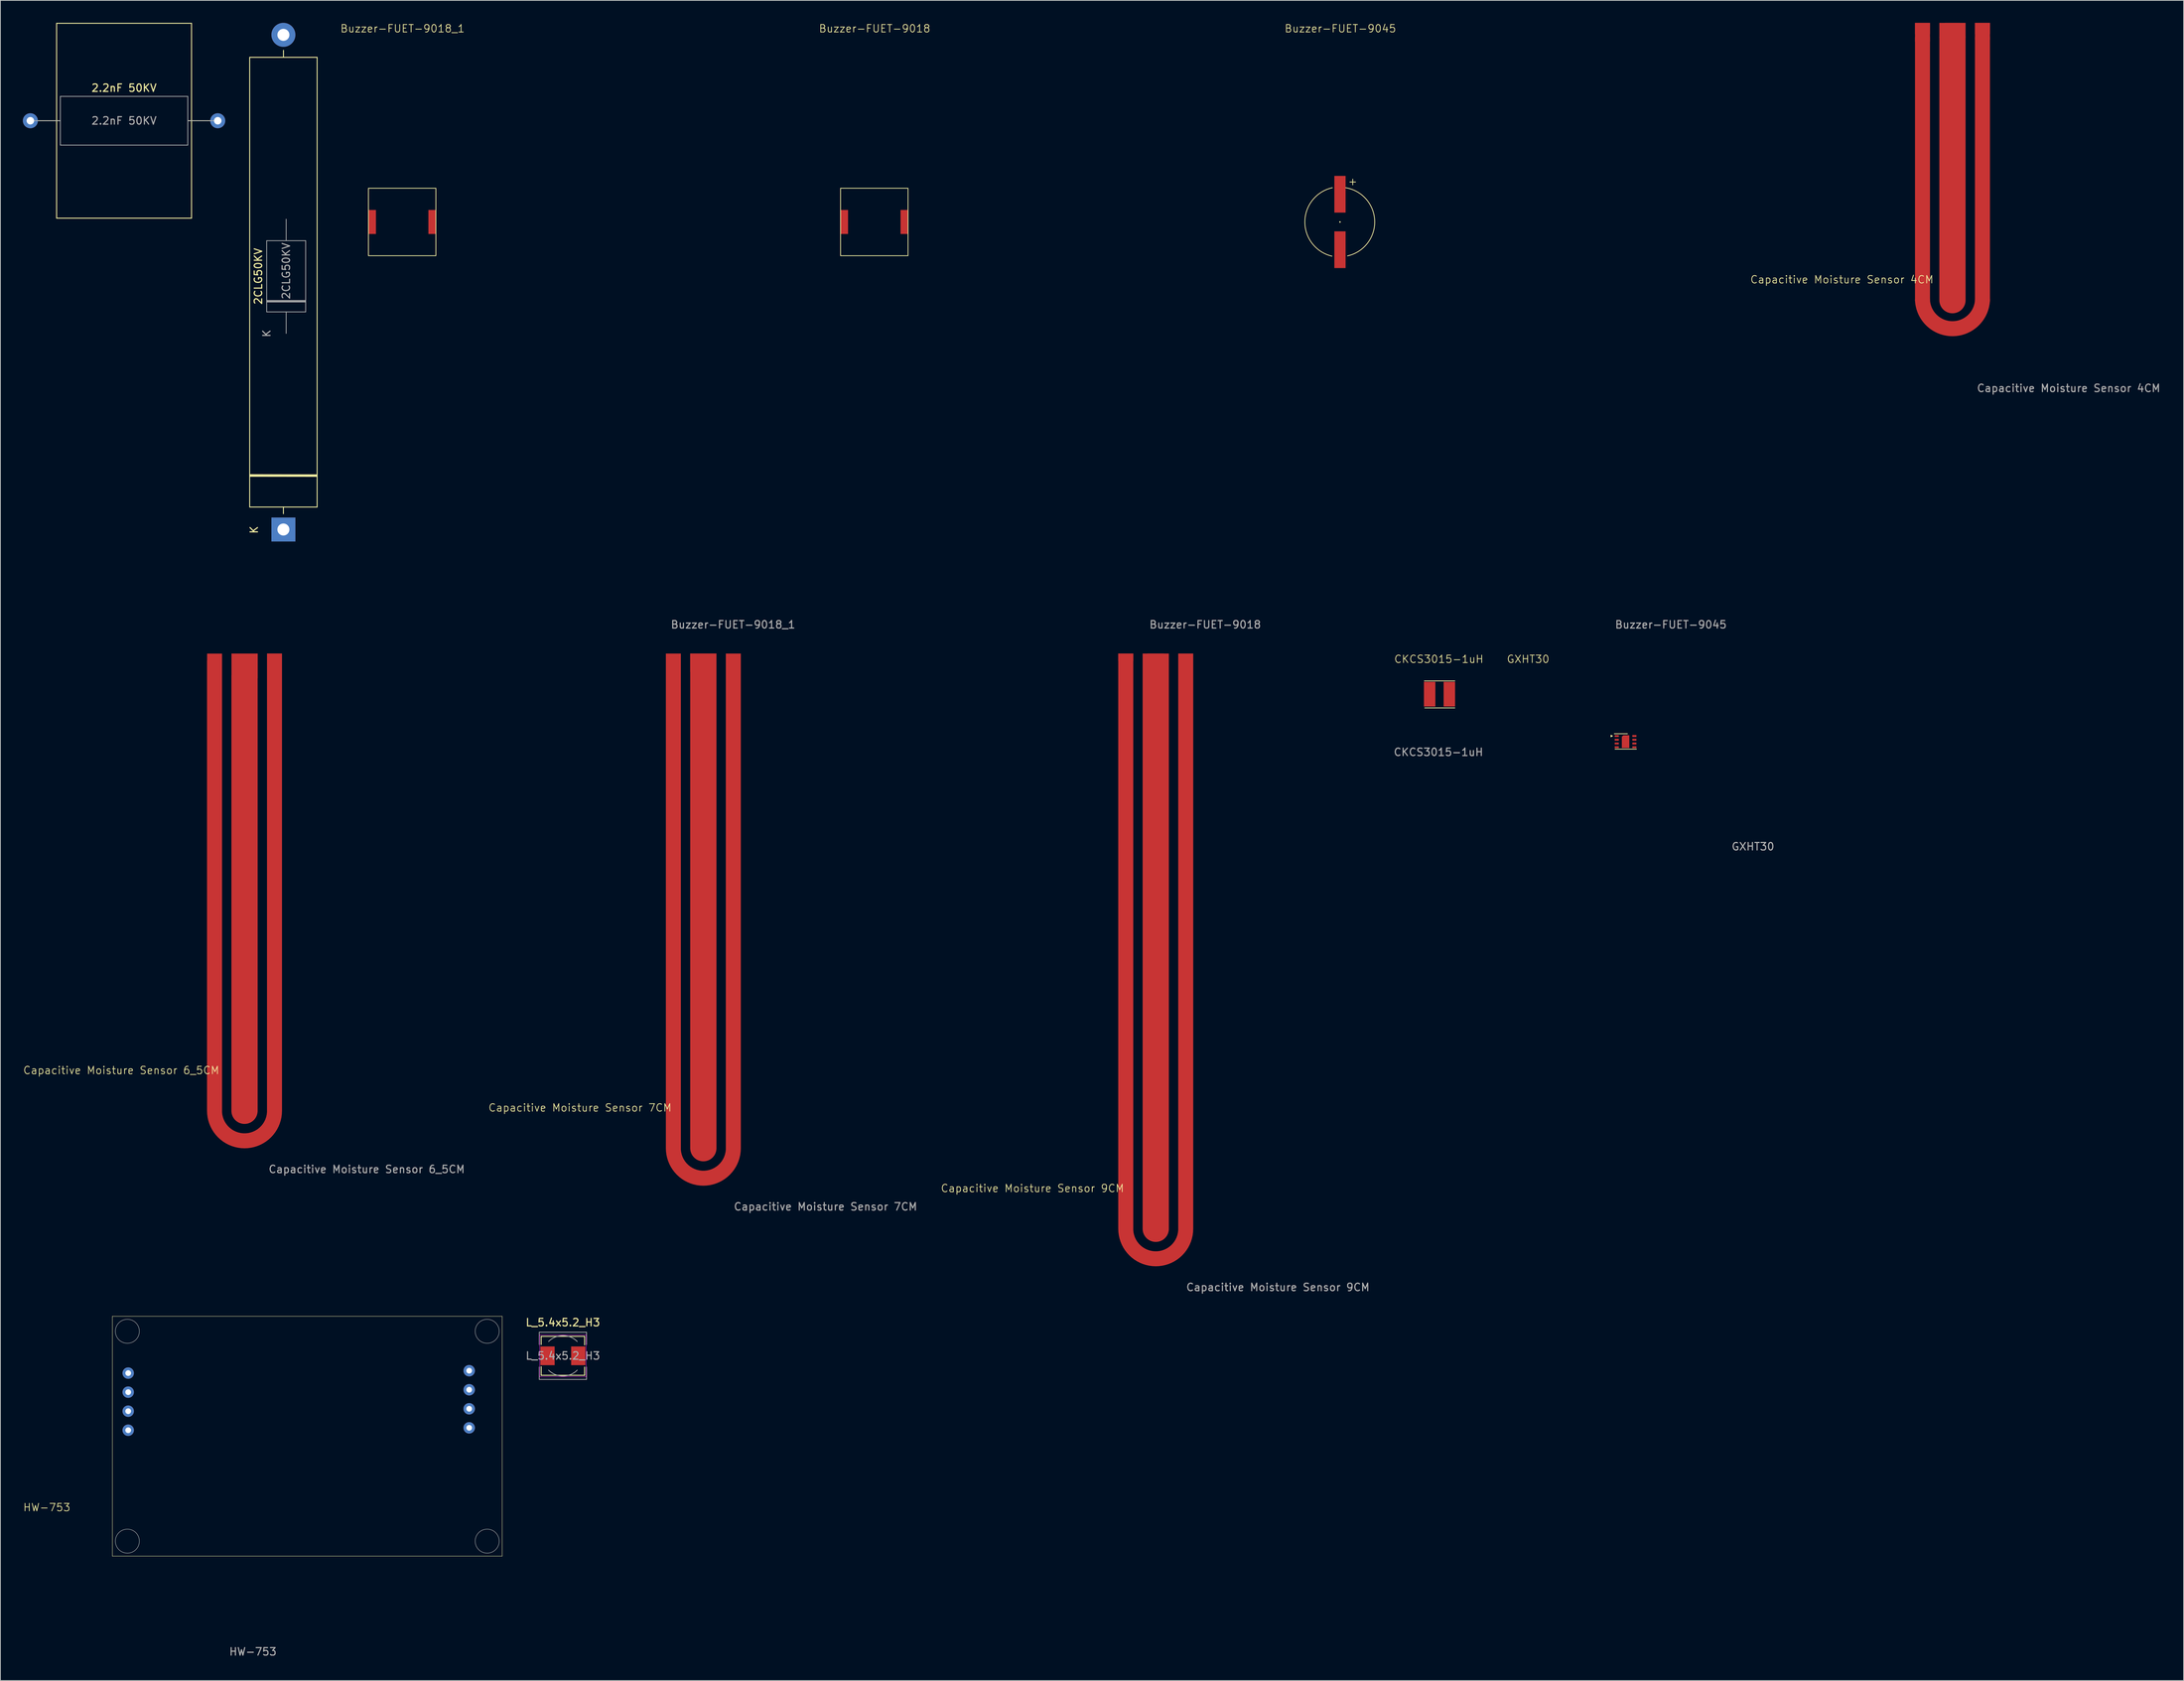
<source format=kicad_pcb>
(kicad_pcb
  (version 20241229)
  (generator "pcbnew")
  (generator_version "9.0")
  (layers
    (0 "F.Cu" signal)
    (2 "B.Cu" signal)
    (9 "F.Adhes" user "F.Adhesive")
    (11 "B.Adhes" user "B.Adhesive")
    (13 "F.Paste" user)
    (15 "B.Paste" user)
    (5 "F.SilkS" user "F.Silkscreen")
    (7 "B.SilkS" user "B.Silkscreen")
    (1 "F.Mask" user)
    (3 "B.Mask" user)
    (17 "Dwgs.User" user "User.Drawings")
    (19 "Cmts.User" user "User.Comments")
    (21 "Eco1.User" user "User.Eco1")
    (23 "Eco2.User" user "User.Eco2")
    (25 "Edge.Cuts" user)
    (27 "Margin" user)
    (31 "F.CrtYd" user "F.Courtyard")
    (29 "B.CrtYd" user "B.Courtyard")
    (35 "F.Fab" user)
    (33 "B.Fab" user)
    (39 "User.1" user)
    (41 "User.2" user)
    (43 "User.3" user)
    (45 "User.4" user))
  (footprint "2CLG50KV"
    (layer "F.Cu")
    (at 34.758 34.6)
    (property "Reference" "2CLG50KV" (at -3.35 -0.785 90) (layer "F.SilkS") (effects (font (size 1 1) (thickness 0.15))))
    (attr through_hole)
    (fp_line (start -4.5 -30) (end -4.5 30) (stroke (width 0.12) (type solid)) (layer "F.SilkS"))
    (fp_line (start -4.5 25.79) (end 4.48 25.8) (stroke (width 0.12) (type solid)) (layer "F.SilkS"))
    (fp_line (start -4.5 30) (end 4.5 30) (stroke (width 0.12) (type solid)) (layer "F.SilkS"))
    (fp_line (start -4.49 25.9) (end 4.5 25.91) (stroke (width 0.12) (type solid)) (layer "F.SilkS"))
    (fp_line (start -4.48 25.68) (end 4.47 25.7) (stroke (width 0.12) (type solid)) (layer "F.SilkS"))
    (fp_line (start 0 30.895) (end 0 29.985) (stroke (width 0.12) (type solid)) (layer "F.SilkS"))
    (fp_line (start 0.01 -30.935) (end 0.01 -30.025) (stroke (width 0.12) (type solid)) (layer "F.SilkS"))
    (fp_line (start 4.5 -30) (end -4.5 -30) (stroke (width 0.12) (type solid)) (layer "F.SilkS"))
    (fp_line (start 4.5 30) (end 4.5 -30) (stroke (width 0.12) (type solid)) (layer "F.SilkS"))
    (fp_line (start -2.23 -5.535) (end -2.23 3.965) (stroke (width 0.1) (type solid)) (layer "F.Fab"))
    (fp_line (start -2.23 2.44) (end 2.97 2.44) (stroke (width 0.1) (type solid)) (layer "F.Fab"))
    (fp_line (start -2.23 2.54) (end 2.97 2.54) (stroke (width 0.1) (type solid)) (layer "F.Fab"))
    (fp_line (start -2.23 2.64) (end 2.97 2.64) (stroke (width 0.1) (type solid)) (layer "F.Fab"))
    (fp_line (start -2.23 3.965) (end 2.97 3.965) (stroke (width 0.1) (type solid)) (layer "F.Fab"))
    (fp_line (start 0.37 -8.405) (end 0.37 -5.535) (stroke (width 0.1) (type solid)) (layer "F.Fab"))
    (fp_line (start 0.37 6.835) (end 0.37 3.965) (stroke (width 0.1) (type solid)) (layer "F.Fab"))
    (fp_line (start 2.97 -5.535) (end -2.23 -5.535) (stroke (width 0.1) (type solid)) (layer "F.Fab"))
    (fp_line (start 2.97 3.965) (end 2.97 -5.535) (stroke (width 0.1) (type solid)) (layer "F.Fab"))
    (fp_text user "K" (at -3.91 33.05 90) (layer "F.SilkS") (effects (font (size 1 1) (thickness 0.15))))
    (fp_text user "${REFERENCE}" (at 0.37 -1.498 90) (layer "F.Fab") (effects (font (size 1 1) (thickness 0.15))))
    (fp_text user "K" (at -2.23 6.835 90) (layer "F.Fab") (effects (font (size 1 1) (thickness 0.15))))
    (pad "1" thru_hole rect (at 0 33 90) (size 3.2 3.2) (drill 1.6) (layers "*.Cu" "*.Mask"))
    (pad "2" thru_hole oval (at 0 -33 90) (size 3.2 3.2) (drill 1.6) (layers "*.Cu" "*.Mask")))
  (footprint "Capacitive Moisture Sensor 9CM"
    (layer "F.Cu")
    (at 151.136 160.9)
    (property "Reference" "Capacitive Moisture Sensor 9CM" (at -16.45 -5.4 0) (unlocked yes) (layer "F.SilkS") (effects (font (size 1 1) (thickness 0.1))))
    (attr smd)
    (fp_text user "${REFERENCE}" (at 16.3 7.8 0) (unlocked yes) (layer "F.Fab") (effects (font (size 1 1) (thickness 0.15))))
    (pad "1" smd rect (at -4 -76.25) (size 2 1.012) (layers "F.Cu" "F.Mask" "F.Paste"))
    (pad "1" smd custom (at 4 -76.25) (size 2 1.012) (layers "F.Cu") (options (anchor rect)) (primitives (gr_line (start 0 76.25) (end 0 1.25) (width 2)) (gr_rect (start -1 -0.5) (end 1 2) (width 0) (fill yes)) (gr_arc (start 0 76.25) (mid -4 80.25) (end -8 76.25) (width 2)) (gr_line (start -8 76.25) (end -8 1.25) (width 2)) (gr_rect (start -9 -0.5) (end -7 2) (width 0) (fill yes))))
    (pad "2" smd custom (at 0 -76) (size 2.286 1.524) (layers "F.Cu") (options (anchor rect)) (primitives (gr_line (start 0 76) (end 0 1) (width 3.5)) (gr_rect (start -1.75 -0.75) (end 1.75 1.75) (width 0) (fill yes)))))
  (footprint "HW-753"
    (layer "F.Cu")
    (at 11.943 204.573)
    (property "Reference" "HW-753" (at -8.75 -6.5 0) (unlocked yes) (layer "F.SilkS") (effects (font (size 1 1) (thickness 0.1))))
    (attr through_hole)
    (fp_line (start 0 -32) (end 0 0) (stroke (width 0.05) (type default)) (layer "F.SilkS"))
    (fp_line (start 0 0) (end 52 0) (stroke (width 0.05) (type default)) (layer "F.SilkS"))
    (fp_line (start 52 -32) (end 0 -32) (stroke (width 0.05) (type default)) (layer "F.SilkS"))
    (fp_line (start 52 0) (end 52 -32) (stroke (width 0.05) (type default)) (layer "F.SilkS"))
    (fp_circle (center 2 -30) (end 3.6 -30) (stroke (width 0.05) (type default)) (fill no) (layer "Edge.Cuts"))
    (fp_circle (center 2 -2) (end 3.6 -2) (stroke (width 0.05) (type default)) (fill no) (layer "Edge.Cuts"))
    (fp_circle (center 50 -30) (end 51.6 -30) (stroke (width 0.05) (type default)) (fill no) (layer "Edge.Cuts"))
    (fp_circle (center 50 -2) (end 51.6 -2) (stroke (width 0.05) (type default)) (fill no) (layer "Edge.Cuts"))
    (fp_text user "${REFERENCE}" (at 18.75 12.75 0) (unlocked yes) (layer "F.Fab") (effects (font (size 1 1) (thickness 0.15))))
    (pad "1" thru_hole circle (at 2.11 -16.8) (size 1.524 1.524) (drill 0.762) (layers "*.Cu" "*.Mask"))
    (pad "2" thru_hole circle (at 2.11 -19.34) (size 1.524 1.524) (drill 0.762) (layers "*.Cu" "*.Mask"))
    (pad "3" thru_hole circle (at 2.11 -21.88) (size 1.524 1.524) (drill 0.762) (layers "*.Cu" "*.Mask"))
    (pad "4" thru_hole circle (at 2.11 -24.42) (size 1.524 1.524) (drill 0.762) (layers "*.Cu" "*.Mask"))
    (pad "5" thru_hole circle (at 47.6 -17.12) (size 1.524 1.524) (drill 0.762) (layers "*.Cu" "*.Mask"))
    (pad "6" thru_hole circle (at 47.6 -19.66) (size 1.524 1.524) (drill 0.762) (layers "*.Cu" "*.Mask"))
    (pad "7" thru_hole circle (at 47.6 -22.2) (size 1.524 1.524) (drill 0.762) (layers "*.Cu" "*.Mask"))
    (pad "8" thru_hole circle (at 47.6 -24.74) (size 1.524 1.524) (drill 0.762) (layers "*.Cu" "*.Mask")))
  (footprint "Capacitive Moisture Sensor 7CM"
    (layer "F.Cu")
    (at 90.782 150.148)
    (property "Reference" "Capacitive Moisture Sensor 7CM" (at -16.45 -5.4 0) (unlocked yes) (layer "F.SilkS") (effects (font (size 1 1) (thickness 0.1))))
    (attr smd)
    (fp_text user "${REFERENCE}" (at 16.3 7.8 0) (unlocked yes) (layer "F.Fab") (effects (font (size 1 1) (thickness 0.15))))
    (pad "1" smd custom (at 4 -64.98) (size 2 2.04) (layers "F.Cu") (options (anchor rect)) (primitives (gr_line (start 0 64.98) (end 0 -0.02) (width 2)) (gr_arc (start 0 64.98) (mid -4 68.98) (end -8 64.98) (width 2)) (gr_line (start -8 64.98) (end -8 -0.02) (width 2)) (gr_rect (start -9 -1.02) (end -7 0.31) (width 0) (fill yes))))
    (pad "2" smd custom (at -0.005 -64.775) (size 3.51 2.47) (layers "F.Cu") (options (anchor rect)) (primitives (gr_line (start 0.005 64.775) (end 0.005 1.025) (width 3.5)))))
  (footprint "Capacitive Moisture Sensor 6_5CM"
    (layer "F.Cu")
    (at 29.571 145.158)
    (property "Reference" "Capacitive Moisture Sensor 6_5CM" (at -16.45 -5.4 0) (unlocked yes) (layer "F.SilkS") (effects (font (size 1 1) (thickness 0.1))))
    (attr smd)
    (fp_text user "${REFERENCE}" (at 16.3 7.8 0) (unlocked yes) (layer "F.Fab") (effects (font (size 1 1) (thickness 0.15))))
    (pad "1" smd custom (at 4 -59.99) (size 2 2.06) (layers "F.Cu") (options (anchor rect)) (primitives (gr_line (start 0 59.99) (end 0 -0.01) (width 2)) (gr_arc (start 0 59.99) (mid -4 63.989978) (end -8 59.99) (width 2)) (gr_line (start -8 59.99) (end -8 -0.01) (width 2)) (gr_rect (start -8.99 -1.01) (end -7 0.37) (width 0) (fill yes))))
    (pad "2" smd custom (at 0.01 -59.36) (size 3.5 3.3) (layers "F.Cu") (options (anchor rect)) (primitives (gr_line (start -0.01 59.36) (end -0.01 1.36) (width 3.5)))))
  (footprint "Capacitive Moisture Sensor 4CM"
    (layer "F.Cu")
    (at 257.426 37)
    (property "Reference" "Capacitive Moisture Sensor 4CM" (at -14.75 -2.75 0) (unlocked yes) (layer "F.SilkS") (effects (font (size 1 1) (thickness 0.1))))
    (attr smd)
    (fp_line (start -4 0) (end -4 -35) (stroke (width 2) (type default)) (layer "F.Cu"))
    (fp_line (start 0 0) (end 0 -35) (stroke (width 3.5) (type default)) (layer "F.Cu"))
    (fp_line (start 4 0) (end 4 -35) (stroke (width 2) (type default)) (layer "F.Cu"))
    (fp_rect (start -5 -37) (end -3 -34.5) (stroke (width 0) (type solid)) (fill yes) (layer "F.Cu"))
    (fp_rect (start -1.75 -37) (end 1.75 -35) (stroke (width 0) (type solid)) (fill yes) (layer "F.Cu"))
    (fp_rect (start 3 -37) (end 5 -34.75) (stroke (width 0) (type solid)) (fill yes) (layer "F.Cu"))
    (fp_arc (start 4 0) (mid 0 3.80547) (end -4 0) (stroke (width 2) (type default)) (layer "F.Cu"))
    (fp_text user "${REFERENCE}" (at 15.5 11.75 0) (unlocked yes) (layer "F.Fab") (effects (font (size 1 1) (thickness 0.15))))
    (pad "1" smd rect (at -4 -36.25) (size 2 1.5) (layers "F.Cu" "F.Mask" "F.Paste"))
    (pad "1" smd rect (at 4 -36.25) (size 2 1.5) (layers "F.Cu" "F.Mask" "F.Paste"))
    (pad "2" smd rect (at 0 -36.25) (size 2 1.5) (layers "F.Cu" "F.Mask" "F.Paste")))
  (footprint "L_5.4x5.2_H3"
    (layer "F.Cu")
    (at 72.045 177.846)
    (property "Reference" "L_5.4x5.2_H3" (at 0 -4.45 0) (layer "F.SilkS") (effects (font (size 1 1) (thickness 0.15))))
    (attr smd)
    (fp_line (start -2.9 -2.6) (end 2.9 -2.6) (stroke (width 0.12) (type solid)) (layer "F.SilkS"))
    (fp_line (start -2.9 -1.5) (end -2.9 -2.6) (stroke (width 0.12) (type solid)) (layer "F.SilkS"))
    (fp_line (start -2.9 2.6) (end -2.9 1.45) (stroke (width 0.12) (type solid)) (layer "F.SilkS"))
    (fp_line (start 2.9 -2.6) (end 2.9 -1.45) (stroke (width 0.12) (type solid)) (layer "F.SilkS"))
    (fp_line (start 2.9 1.5) (end 2.9 2.6) (stroke (width 0.12) (type solid)) (layer "F.SilkS"))
    (fp_line (start 2.9 2.6) (end -2.9 2.6) (stroke (width 0.12) (type solid)) (layer "F.SilkS"))
    (fp_line (start -3.1 -2.8) (end -3.1 2.8) (stroke (width 0.05) (type solid)) (layer "F.CrtYd"))
    (fp_line (start -3.1 2.8) (end 3.1 2.8) (stroke (width 0.05) (type solid)) (layer "F.CrtYd"))
    (fp_line (start 3.1 -2.8) (end -3.1 -2.8) (stroke (width 0.05) (type solid)) (layer "F.CrtYd"))
    (fp_line (start 3.1 2.8) (end 3.1 -2.8) (stroke (width 0.05) (type solid)) (layer "F.CrtYd"))
    (fp_line (start -3.15 -3.15) (end -3.15 -1.5) (stroke (width 0.1) (type solid)) (layer "F.Fab"))
    (fp_line (start -3.15 -3.15) (end 3.15 -3.15) (stroke (width 0.1) (type solid)) (layer "F.Fab"))
    (fp_line (start -3.15 3.15) (end -3.15 1.5) (stroke (width 0.1) (type solid)) (layer "F.Fab"))
    (fp_line (start -3.15 3.15) (end 3.15 3.15) (stroke (width 0.1) (type solid)) (layer "F.Fab"))
    (fp_line (start 3.15 -3.15) (end 3.15 -1.5) (stroke (width 0.1) (type solid)) (layer "F.Fab"))
    (fp_line (start 3.15 3.15) (end 3.15 1.5) (stroke (width 0.1) (type solid)) (layer "F.Fab"))
    (fp_arc (start -1.91 -1.91) (mid 0 -2.701148) (end 1.91 -1.91) (stroke (width 0.1) (type solid)) (layer "F.Fab"))
    (fp_arc (start 1.91 1.91) (mid 0 2.701148) (end -1.91 1.91) (stroke (width 0.1) (type solid)) (layer "F.Fab"))
    (fp_text user "${REFERENCE}" (at 0 0 0) (layer "F.Fab") (effects (font (size 1 1) (thickness 0.15))))
    (pad "1" smd rect (at -2.05 0) (size 1.9 2.5) (layers "F.Cu" "F.Mask" "F.Paste"))
    (pad "2" smd rect (at 2.05 0) (size 1.9 2.5) (layers "F.Cu" "F.Mask" "F.Paste")))
  (footprint "2.2nF 50KV"
    (layer "F.Cu")
    (at 1 13.06)
    (property "Reference" "2.2nF 50KV" (at 12.5 -4.37 0) (layer "F.SilkS") (effects (font (size 1 1) (thickness 0.15))))
    (attr through_hole)
    (fp_line (start 1.04 0) (end 3.88 0) (stroke (width 0.12) (type solid)) (layer "F.SilkS"))
    (fp_line (start 3.5 -13) (end 3.5 13) (stroke (width 0.12) (type solid)) (layer "F.SilkS"))
    (fp_line (start 3.5 13) (end 21.5 13) (stroke (width 0.12) (type solid)) (layer "F.SilkS"))
    (fp_line (start 21.5 -13) (end 3.5 -13) (stroke (width 0.12) (type solid)) (layer "F.SilkS"))
    (fp_line (start 21.5 13) (end 21.5 -13) (stroke (width 0.12) (type solid)) (layer "F.SilkS"))
    (fp_line (start 23.96 0) (end 21.12 0) (stroke (width 0.12) (type solid)) (layer "F.SilkS"))
    (fp_line (start 0 0) (end 4 0) (stroke (width 0.1) (type solid)) (layer "F.Fab"))
    (fp_line (start 4 -3.25) (end 4 3.25) (stroke (width 0.1) (type solid)) (layer "F.Fab"))
    (fp_line (start 4 3.25) (end 21 3.25) (stroke (width 0.1) (type solid)) (layer "F.Fab"))
    (fp_line (start 21 -3.25) (end 4 -3.25) (stroke (width 0.1) (type solid)) (layer "F.Fab"))
    (fp_line (start 21 3.25) (end 21 -3.25) (stroke (width 0.1) (type solid)) (layer "F.Fab"))
    (fp_line (start 25 0) (end 21 0) (stroke (width 0.1) (type solid)) (layer "F.Fab"))
    (fp_text user "${REFERENCE}" (at 12.5 0 0) (layer "F.Fab") (effects (font (size 1 1) (thickness 0.15))))
    (pad "1" thru_hole circle (at 0 0) (size 2 2) (drill 1) (layers "*.Cu" "*.Mask"))
    (pad "2" thru_hole circle (at 25 0) (size 2 2) (drill 1) (layers "*.Cu" "*.Mask")))
  (footprint "Buzzer-FUET-9045"
    (layer "F.Cu")
    (at 175.713 26.567)
    (property "Reference" "Buzzer-FUET-9045" (at 0.051 -25.806 0) (unlocked yes) (layer "F.SilkS") (effects (font (size 1 1) (thickness 0.1))))
    (attr smd)
    (fp_arc (start -1.072712 4.559027) (mid -4.683438 -0.029088) (end -1.016 -4.571999) (stroke (width 0.1) (type default)) (layer "F.SilkS"))
    (fp_arc (start 0.762 -4.572) (mid 4.633406 -0.12402) (end 1.005487 4.52469) (stroke (width 0.1) (type default)) (layer "F.SilkS"))
    (fp_circle (center 0 0) (end 0 0) (stroke (width 0.1) (type default)) (fill no) (layer "F.SilkS"))
    (fp_text user "+" (at 1.016 -4.826 0) (unlocked yes) (layer "F.SilkS") (effects (font (size 1 1) (thickness 0.1)) (justify left bottom)))
    (fp_text user "${REFERENCE}" (at 44.145 53.722 0) (unlocked yes) (layer "F.Fab") (effects (font (size 1 1) (thickness 0.15))))
    (pad "1" smd rect (at 0 -3.7) (size 1.5 4.9) (layers "F.Cu" "F.Mask" "F.Paste"))
    (pad "2" smd rect (at 0 3.7) (size 1.5 4.9) (layers "F.Cu" "F.Mask" "F.Paste")))
  (footprint "CKCS3015-1uH"
    (layer "F.Cu")
    (at 189.005 89.572)
    (property "Reference" "CKCS3015-1uH" (at -0.102 -4.674 0) (unlocked yes) (layer "F.SilkS") (effects (font (size 1 1) (thickness 0.1))))
    (attr smd)
    (fp_line (start -2.032 -1.778) (end 2.032 -1.778) (stroke (width 0.1) (type default)) (layer "F.SilkS"))
    (fp_line (start -1.981 1.829) (end 2.032 1.829) (stroke (width 0.1) (type default)) (layer "F.SilkS"))
    (fp_text user "${REFERENCE}" (at -0.152 7.732 0) (unlocked yes) (layer "F.Fab") (effects (font (size 1 1) (thickness 0.15))))
    (pad "1" smd rect (at -1.328 0) (size 1.524 3.302) (layers "F.Cu" "F.Mask" "F.Paste"))
    (pad "2" smd rect (at 1.3 0) (size 1.524 3.302) (layers "F.Cu" "F.Mask" "F.Paste")))
  (footprint "GXHT30"
    (layer "F.Cu")
    (at 213.813 95.898)
    (property "Reference" "GXHT30" (at -13 -11 0) (unlocked yes) (layer "F.SilkS") (effects (font (size 1 1) (thickness 0.1))))
    (attr smd)
    (fp_line (start -1.5 -1.05) (end 0.25 -1.05) (stroke (width 0.1) (type default)) (layer "F.SilkS"))
    (fp_line (start -1.4 1) (end 1.45 1) (stroke (width 0.1) (type default)) (layer "F.SilkS"))
    (fp_poly (pts (xy -1.95 -0.85) (xy -1.95 -0.65) (xy -1.75 -0.75)) (stroke (width 0.1) (type solid)) (fill yes) (layer "F.SilkS"))
    (fp_text user "${REFERENCE}" (at 17 14 0) (unlocked yes) (layer "F.Fab") (effects (font (size 1 1) (thickness 0.15))))
    (pad "1" smd rect (at -1.175 -0.75) (size 0.55 0.25) (layers "F.Cu" "F.Mask" "F.Paste"))
    (pad "2" smd rect (at -1.175 -0.25) (size 0.55 0.25) (layers "F.Cu" "F.Mask" "F.Paste"))
    (pad "3" smd rect (at -1.175 0.25) (size 0.55 0.25) (layers "F.Cu" "F.Mask" "F.Paste"))
    (pad "4" smd rect (at -1.175 0.75) (size 0.55 0.25) (layers "F.Cu" "F.Mask" "F.Paste"))
    (pad "5" smd rect (at 1.175 0.75) (size 0.55 0.25) (layers "F.Cu" "F.Mask" "F.Paste"))
    (pad "6" smd rect (at 1.175 0.25) (size 0.55 0.25) (layers "F.Cu" "F.Mask" "F.Paste"))
    (pad "7" smd rect (at 1.175 -0.25) (size 0.55 0.25) (layers "F.Cu" "F.Mask" "F.Paste"))
    (pad "8" smd rect (at 1.175 -0.75) (size 0.55 0.25) (layers "F.Cu" "F.Mask" "F.Paste"))
    (pad "9" smd roundrect (at 0 0) (size 1 1.7) (layers "F.Cu" "F.Mask" "F.Paste") (roundrect_rratio 0) (chamfer_ratio 0.2) (chamfer top_left)))
  (footprint "Buzzer-FUET-9018"
    (layer "F.Cu")
    (at 113.587 26.567)
    (property "Reference" "Buzzer-FUET-9018" (at 0.051 -25.806 0) (unlocked yes) (layer "F.SilkS") (effects (font (size 1 1) (thickness 0.1))))
    (attr smd)
    (fp_rect (start -4.5 -4.5) (end 4.5 4.5) (stroke (width 0.1) (type default)) (fill no) (layer "F.SilkS"))
    (fp_text user "${REFERENCE}" (at 44.145 53.722 0) (unlocked yes) (layer "F.Fab") (effects (font (size 1 1) (thickness 0.15))))
    (pad "1" smd rect (at -4 0) (size 1 3.2) (layers "F.Cu" "F.Mask" "F.Paste"))
    (pad "2" smd rect (at 4 0) (size 1 3.2) (layers "F.Cu" "F.Mask" "F.Paste")))
  (footprint "Buzzer-FUET-9018_1"
    (layer "F.Cu")
    (at 50.603 26.567)
    (property "Reference" "Buzzer-FUET-9018_1" (at 0.051 -25.806 0) (unlocked yes) (layer "F.SilkS") (effects (font (size 1 1) (thickness 0.1))))
    (attr smd)
    (fp_rect (start -4.5 -4.5) (end 4.5 4.5) (stroke (width 0.1) (type default)) (fill no) (layer "F.SilkS"))
    (fp_text user "${REFERENCE}" (at 44.145 53.722 0) (unlocked yes) (layer "F.Fab") (effects (font (size 1 1) (thickness 0.15))))
    (pad "1" smd rect (at -4 0) (size 1 3.2) (layers "F.Cu" "F.Mask" "F.Paste"))
    (pad "2" smd rect (at 4 0) (size 1 3.2) (layers "F.Cu" "F.Mask" "F.Paste")))
  (gr_rect
    (start -3 -3)
    (end 288.266 221.171)
    (stroke (width 0.1) (type default))
    (fill no)
    (layer "Edge.Cuts")))
</source>
